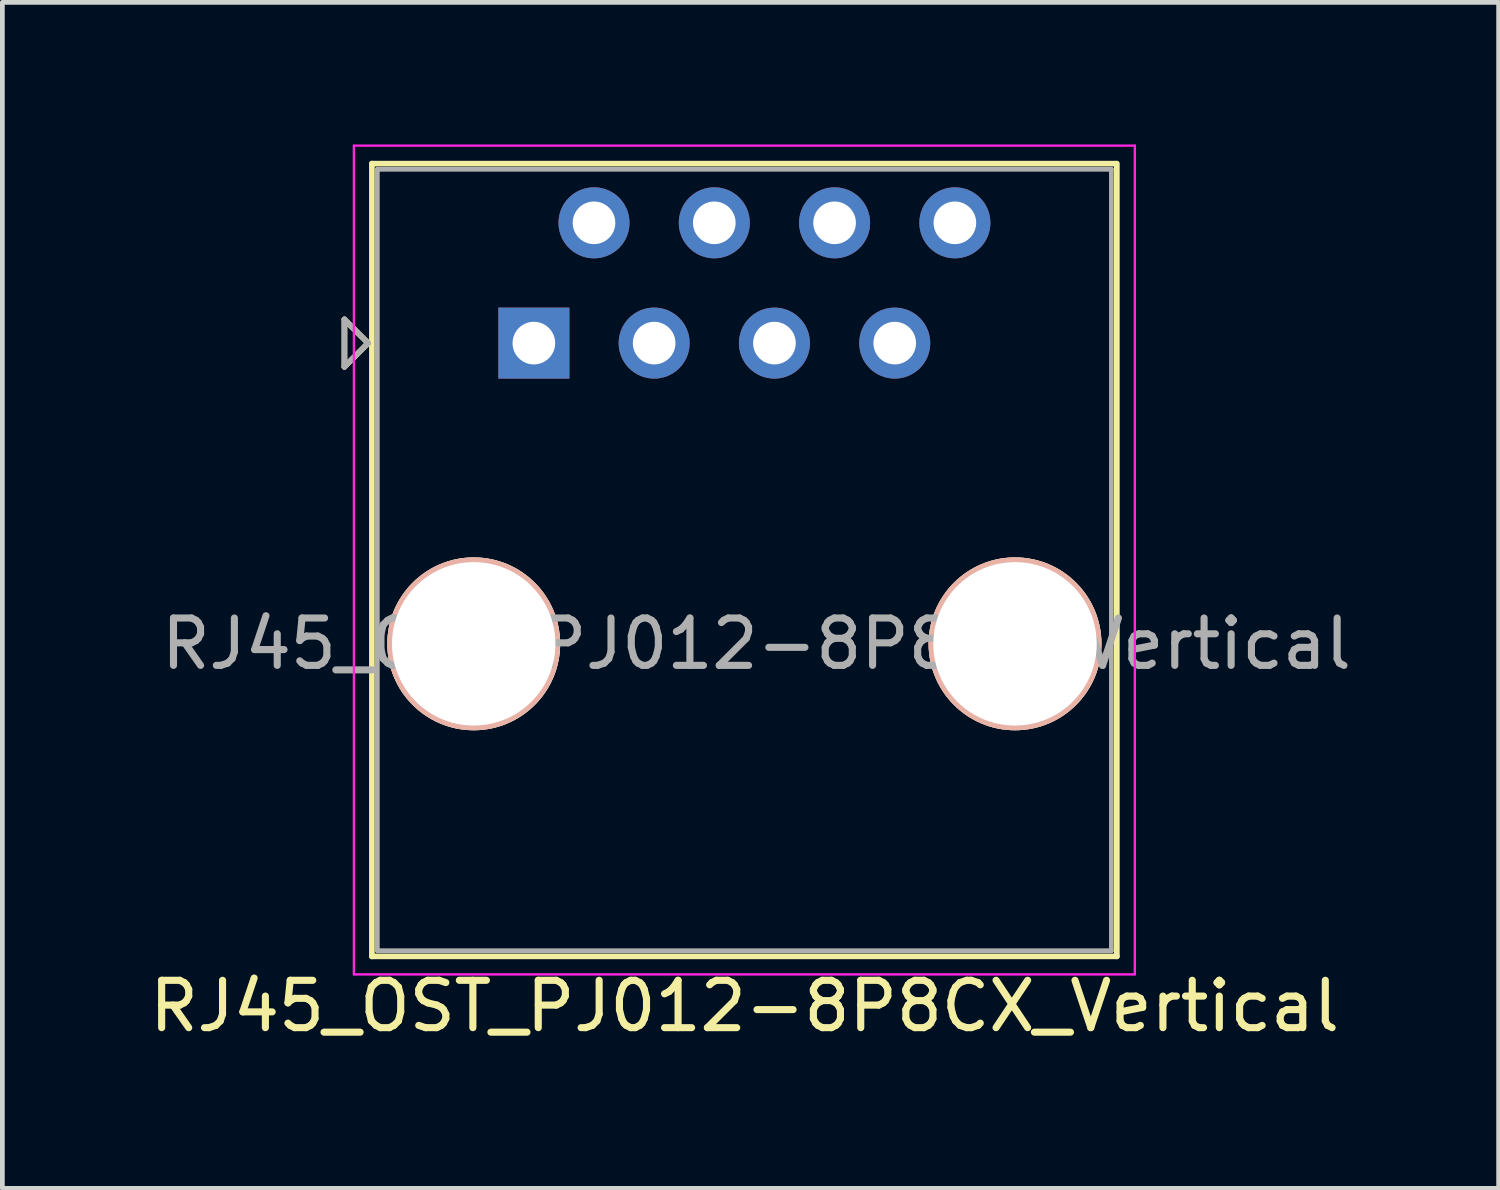
<source format=kicad_pcb>
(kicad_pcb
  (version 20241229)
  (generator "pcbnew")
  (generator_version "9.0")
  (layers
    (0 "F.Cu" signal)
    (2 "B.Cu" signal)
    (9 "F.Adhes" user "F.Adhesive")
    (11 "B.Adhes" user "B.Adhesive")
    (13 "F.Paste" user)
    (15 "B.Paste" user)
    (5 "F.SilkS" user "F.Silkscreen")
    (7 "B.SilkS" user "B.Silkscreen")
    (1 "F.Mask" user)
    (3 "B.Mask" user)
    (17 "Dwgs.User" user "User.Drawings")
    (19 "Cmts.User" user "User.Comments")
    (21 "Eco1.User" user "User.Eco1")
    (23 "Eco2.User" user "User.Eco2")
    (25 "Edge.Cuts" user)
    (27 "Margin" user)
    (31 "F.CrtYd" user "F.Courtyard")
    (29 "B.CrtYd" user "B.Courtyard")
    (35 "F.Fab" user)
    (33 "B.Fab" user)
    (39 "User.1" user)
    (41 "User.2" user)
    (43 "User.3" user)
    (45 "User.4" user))
  (footprint "RJ45_OST_PJ012-8P8CX_Vertical"
    (layer "F.Cu")
    (at 8.223 4.195)
    (property "Reference" "RJ45_OST_PJ012-8P8CX_Vertical" (at 4.45 14 0) (layer "F.SilkS") (effects (font (size 1 1) (thickness 0.15))))
    (attr through_hole)
    (fp_line (start -4 -0.5) (end -4 0.5) (stroke (width 0.12) (type solid)) (layer "F.SilkS"))
    (fp_line (start -4 0.5) (end -3.5 0) (stroke (width 0.12) (type solid)) (layer "F.SilkS"))
    (fp_line (start -3.5 0) (end -4 -0.5) (stroke (width 0.12) (type solid)) (layer "F.SilkS"))
    (fp_line (start -3.42 -3.79) (end -3.42 12.95) (stroke (width 0.12) (type solid)) (layer "F.SilkS"))
    (fp_line (start 12.3 -3.79) (end -3.42 -3.79) (stroke (width 0.12) (type solid)) (layer "F.SilkS"))
    (fp_line (start 12.31 -3.79) (end 12.31 12.95) (stroke (width 0.12) (type solid)) (layer "F.SilkS"))
    (fp_line (start 12.31 12.95) (end -3.42 12.95) (stroke (width 0.12) (type solid)) (layer "F.SilkS"))
    (fp_line (start -3.8 -4.17) (end -3.8 13.33) (stroke (width 0.05) (type solid)) (layer "F.CrtYd"))
    (fp_line (start -3.8 -4.17) (end 12.69 -4.17) (stroke (width 0.05) (type solid)) (layer "F.CrtYd"))
    (fp_line (start -3.8 13.33) (end 12.69 13.33) (stroke (width 0.05) (type solid)) (layer "F.CrtYd"))
    (fp_line (start 12.69 -4.17) (end 12.69 13.33) (stroke (width 0.05) (type solid)) (layer "F.CrtYd"))
    (fp_line (start -4 -0.5) (end -4 0.5) (stroke (width 0.12) (type solid)) (layer "F.Fab"))
    (fp_line (start -4 0.5) (end -3.5 0) (stroke (width 0.12) (type solid)) (layer "F.Fab"))
    (fp_line (start -3.5 0) (end -4 -0.5) (stroke (width 0.12) (type solid)) (layer "F.Fab"))
    (fp_line (start -3.305 -3.67) (end -3.305 12.83) (stroke (width 0.1) (type solid)) (layer "F.Fab"))
    (fp_line (start 12.195 -3.67) (end -3.305 -3.67) (stroke (width 0.1) (type solid)) (layer "F.Fab"))
    (fp_line (start 12.195 -3.67) (end 12.195 12.83) (stroke (width 0.1) (type solid)) (layer "F.Fab"))
    (fp_line (start 12.195 12.83) (end -3.305 12.83) (stroke (width 0.1) (type solid)) (layer "F.Fab"))
    (fp_text user "${REFERENCE}" (at 4.7 6.35 0) (layer "F.Fab") (effects (font (size 1 1) (thickness 0.15))))
    (pad "" np_thru_hole circle (at -1.27 6.35) (size 3.65 3.65) (drill 3.45) (layers "*.Cu" "*.SilkS" "*.Mask"))
    (pad "" np_thru_hole circle (at 10.16 6.35) (size 3.65 3.65) (drill 3.45) (layers "*.Cu" "*.SilkS" "*.Mask"))
    (pad "1" thru_hole rect (at 0 0) (size 1.5 1.5) (drill 0.9) (layers "*.Cu" "*.Mask"))
    (pad "2" thru_hole circle (at 1.27 -2.54) (size 1.5 1.5) (drill 0.9) (layers "*.Cu" "*.Mask"))
    (pad "3" thru_hole circle (at 2.54 0) (size 1.5 1.5) (drill 0.9) (layers "*.Cu" "*.Mask"))
    (pad "4" thru_hole circle (at 3.81 -2.54) (size 1.5 1.5) (drill 0.9) (layers "*.Cu" "*.Mask"))
    (pad "5" thru_hole circle (at 5.08 0) (size 1.5 1.5) (drill 0.9) (layers "*.Cu" "*.Mask"))
    (pad "6" thru_hole circle (at 6.35 -2.54) (size 1.5 1.5) (drill 0.9) (layers "*.Cu" "*.Mask"))
    (pad "7" thru_hole circle (at 7.62 0) (size 1.5 1.5) (drill 0.9) (layers "*.Cu" "*.Mask"))
    (pad "8" thru_hole circle (at 8.89 -2.54) (size 1.5 1.5) (drill 0.9) (layers "*.Cu" "*.Mask")))
  (gr_rect
    (start -3 -3)
    (end 28.595 22.043)
    (stroke (width 0.1) (type default))
    (fill no)
    (layer "Edge.Cuts")))
</source>
